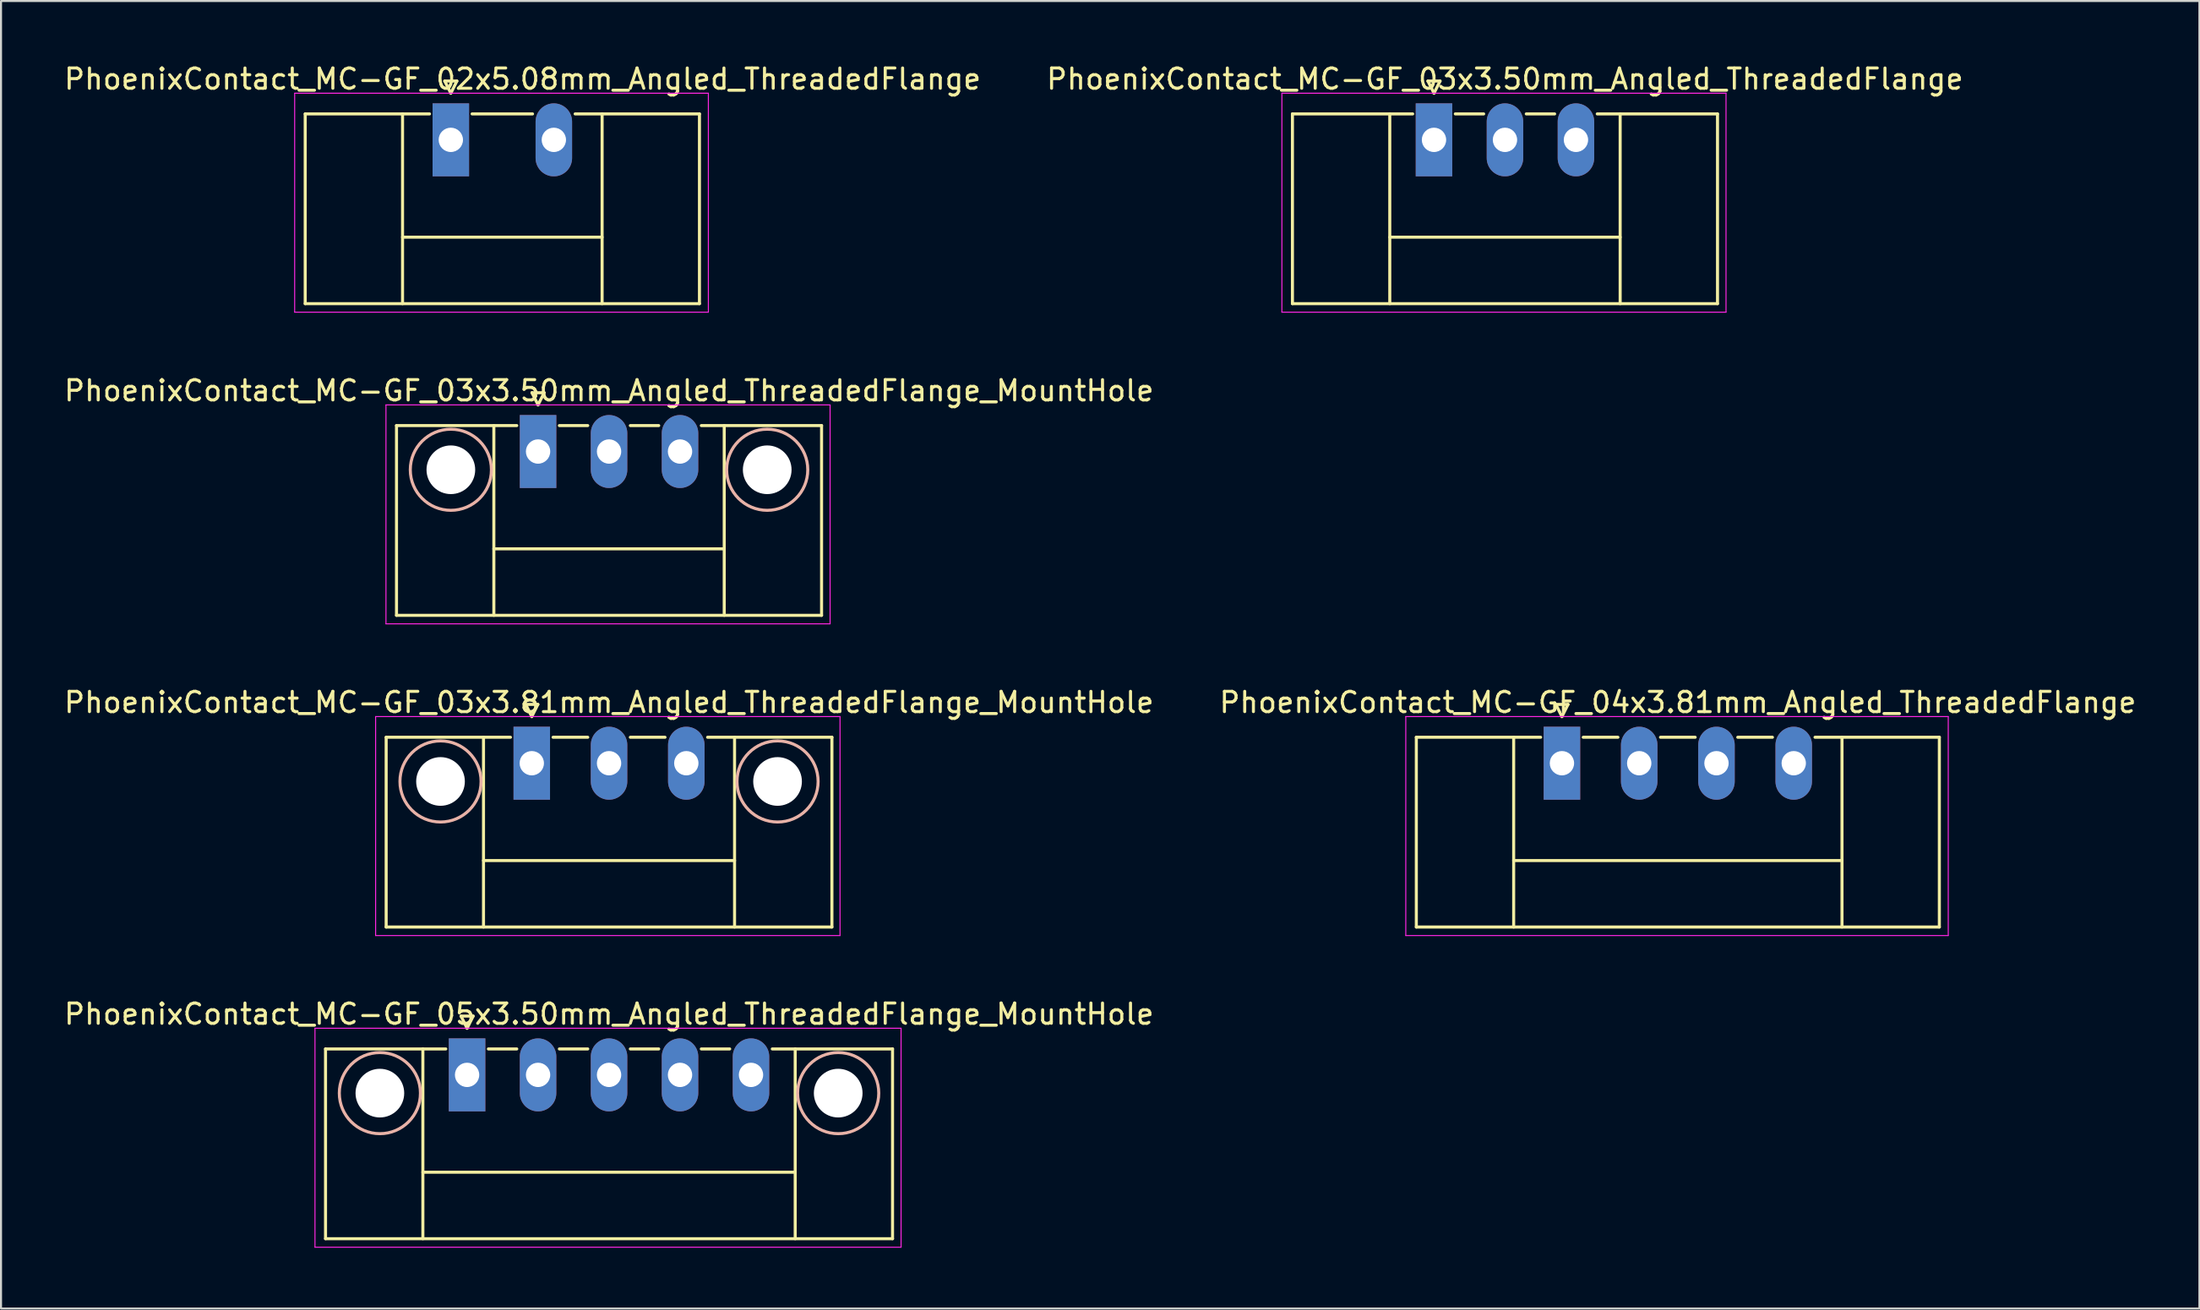
<source format=kicad_pcb>
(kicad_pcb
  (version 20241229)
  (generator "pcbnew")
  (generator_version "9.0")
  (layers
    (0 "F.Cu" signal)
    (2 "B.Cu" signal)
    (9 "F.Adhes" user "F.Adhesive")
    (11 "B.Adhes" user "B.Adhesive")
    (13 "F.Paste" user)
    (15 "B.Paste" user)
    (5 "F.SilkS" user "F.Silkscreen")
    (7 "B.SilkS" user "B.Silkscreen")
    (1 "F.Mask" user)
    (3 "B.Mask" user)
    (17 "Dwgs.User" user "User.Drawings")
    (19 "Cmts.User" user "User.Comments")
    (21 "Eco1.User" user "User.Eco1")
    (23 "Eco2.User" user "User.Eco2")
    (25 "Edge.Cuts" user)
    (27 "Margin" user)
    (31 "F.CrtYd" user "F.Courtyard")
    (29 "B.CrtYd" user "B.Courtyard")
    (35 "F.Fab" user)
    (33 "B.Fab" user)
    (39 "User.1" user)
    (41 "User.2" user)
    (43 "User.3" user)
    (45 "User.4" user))
  (footprint "PhoenixContact_MC-GF_03x3.81mm_Angled_ThreadedFlange_MountHole"
    (layer "F.Cu")
    (at 23.172 34.595)
    (property "Reference" "PhoenixContact_MC-GF_03x3.81mm_Angled_ThreadedFlange_MountHole" (at 3.81 -3 0) (layer "F.SilkS") (effects (font (size 1 1) (thickness 0.15))))
    (attr through_hole)
    (fp_line (start -7.18 -1.28) (end -7.18 8.08) (stroke (width 0.15) (type solid)) (layer "F.SilkS"))
    (fp_line (start -7.18 -1.28) (end -1.05 -1.28) (stroke (width 0.15) (type solid)) (layer "F.SilkS"))
    (fp_line (start -7.18 8.08) (end 14.8 8.08) (stroke (width 0.15) (type solid)) (layer "F.SilkS"))
    (fp_line (start -2.38 -1.28) (end -2.38 8.08) (stroke (width 0.15) (type solid)) (layer "F.SilkS"))
    (fp_line (start -2.38 4.8) (end 10 4.8) (stroke (width 0.15) (type solid)) (layer "F.SilkS"))
    (fp_line (start -0.3 -2.9) (end 0 -2.3) (stroke (width 0.15) (type solid)) (layer "F.SilkS"))
    (fp_line (start 0 -2.3) (end 0.3 -2.9) (stroke (width 0.15) (type solid)) (layer "F.SilkS"))
    (fp_line (start 0.3 -2.9) (end -0.3 -2.9) (stroke (width 0.15) (type solid)) (layer "F.SilkS"))
    (fp_line (start 1.05 -1.28) (end 2.76 -1.28) (stroke (width 0.15) (type solid)) (layer "F.SilkS"))
    (fp_line (start 4.86 -1.28) (end 6.57 -1.28) (stroke (width 0.15) (type solid)) (layer "F.SilkS"))
    (fp_line (start 10 -1.28) (end 10 8.08) (stroke (width 0.15) (type solid)) (layer "F.SilkS"))
    (fp_line (start 14.8 -1.28) (end 8.67 -1.28) (stroke (width 0.15) (type solid)) (layer "F.SilkS"))
    (fp_line (start 14.8 8.08) (end 14.8 -1.28) (stroke (width 0.15) (type solid)) (layer "F.SilkS"))
    (fp_circle (center -4.5 0.9) (end -2.5 0.9) (stroke (width 0.15) (type solid)) (fill no) (layer "B.SilkS"))
    (fp_circle (center 12.12 0.9) (end 14.12 0.9) (stroke (width 0.15) (type solid)) (fill no) (layer "B.SilkS"))
    (fp_line (start -7.7 -2.3) (end -7.7 8.5) (stroke (width 0.05) (type solid)) (layer "F.CrtYd"))
    (fp_line (start -7.7 8.5) (end 15.2 8.5) (stroke (width 0.05) (type solid)) (layer "F.CrtYd"))
    (fp_line (start 15.2 -2.3) (end -7.7 -2.3) (stroke (width 0.05) (type solid)) (layer "F.CrtYd"))
    (fp_line (start 15.2 8.5) (end 15.2 -2.3) (stroke (width 0.05) (type solid)) (layer "F.CrtYd"))
    (pad "" np_thru_hole circle (at -4.5 0.9) (size 2.4 2.4) (drill 2.4) (layers "*.Cu" "*.Mask"))
    (pad "" np_thru_hole circle (at 12.12 0.9) (size 2.4 2.4) (drill 2.4) (layers "*.Cu" "*.Mask"))
    (pad "1" thru_hole rect (at 0 0) (size 1.8 3.6) (drill 1.2) (layers "*.Cu" "*.Mask"))
    (pad "2" thru_hole oval (at 3.81 0) (size 1.8 3.6) (drill 1.2) (layers "*.Cu" "*.Mask"))
    (pad "3" thru_hole oval (at 7.62 0) (size 1.8 3.6) (drill 1.2) (layers "*.Cu" "*.Mask")))
  (footprint "PhoenixContact_MC-GF_05x3.50mm_Angled_ThreadedFlange_MountHole"
    (layer "F.Cu")
    (at 19.982 49.968)
    (property "Reference" "PhoenixContact_MC-GF_05x3.50mm_Angled_ThreadedFlange_MountHole" (at 7 -3 0) (layer "F.SilkS") (effects (font (size 1 1) (thickness 0.15))))
    (attr through_hole)
    (fp_line (start -6.98 -1.28) (end -6.98 8.08) (stroke (width 0.15) (type solid)) (layer "F.SilkS"))
    (fp_line (start -6.98 -1.28) (end -1.05 -1.28) (stroke (width 0.15) (type solid)) (layer "F.SilkS"))
    (fp_line (start -6.98 8.08) (end 20.98 8.08) (stroke (width 0.15) (type solid)) (layer "F.SilkS"))
    (fp_line (start -2.18 -1.28) (end -2.18 8.08) (stroke (width 0.15) (type solid)) (layer "F.SilkS"))
    (fp_line (start -2.18 4.8) (end 16.18 4.8) (stroke (width 0.15) (type solid)) (layer "F.SilkS"))
    (fp_line (start -0.3 -2.9) (end 0 -2.3) (stroke (width 0.15) (type solid)) (layer "F.SilkS"))
    (fp_line (start 0 -2.3) (end 0.3 -2.9) (stroke (width 0.15) (type solid)) (layer "F.SilkS"))
    (fp_line (start 0.3 -2.9) (end -0.3 -2.9) (stroke (width 0.15) (type solid)) (layer "F.SilkS"))
    (fp_line (start 1.05 -1.28) (end 2.45 -1.28) (stroke (width 0.15) (type solid)) (layer "F.SilkS"))
    (fp_line (start 4.55 -1.28) (end 5.95 -1.28) (stroke (width 0.15) (type solid)) (layer "F.SilkS"))
    (fp_line (start 8.05 -1.28) (end 9.45 -1.28) (stroke (width 0.15) (type solid)) (layer "F.SilkS"))
    (fp_line (start 11.55 -1.28) (end 12.95 -1.28) (stroke (width 0.15) (type solid)) (layer "F.SilkS"))
    (fp_line (start 16.18 -1.28) (end 16.18 8.08) (stroke (width 0.15) (type solid)) (layer "F.SilkS"))
    (fp_line (start 20.98 -1.28) (end 15.05 -1.28) (stroke (width 0.15) (type solid)) (layer "F.SilkS"))
    (fp_line (start 20.98 8.08) (end 20.98 -1.28) (stroke (width 0.15) (type solid)) (layer "F.SilkS"))
    (fp_circle (center -4.3 0.9) (end -2.3 0.9) (stroke (width 0.15) (type solid)) (fill no) (layer "B.SilkS"))
    (fp_circle (center 18.3 0.9) (end 20.3 0.9) (stroke (width 0.15) (type solid)) (fill no) (layer "B.SilkS"))
    (fp_line (start -7.5 -2.3) (end -7.5 8.5) (stroke (width 0.05) (type solid)) (layer "F.CrtYd"))
    (fp_line (start -7.5 8.5) (end 21.4 8.5) (stroke (width 0.05) (type solid)) (layer "F.CrtYd"))
    (fp_line (start 21.4 -2.3) (end -7.5 -2.3) (stroke (width 0.05) (type solid)) (layer "F.CrtYd"))
    (fp_line (start 21.4 8.5) (end 21.4 -2.3) (stroke (width 0.05) (type solid)) (layer "F.CrtYd"))
    (pad "" np_thru_hole circle (at -4.3 0.9) (size 2.4 2.4) (drill 2.4) (layers "*.Cu" "*.Mask"))
    (pad "" np_thru_hole circle (at 18.3 0.9) (size 2.4 2.4) (drill 2.4) (layers "*.Cu" "*.Mask"))
    (pad "1" thru_hole rect (at 0 0) (size 1.8 3.6) (drill 1.2) (layers "*.Cu" "*.Mask"))
    (pad "2" thru_hole oval (at 3.5 0) (size 1.8 3.6) (drill 1.2) (layers "*.Cu" "*.Mask"))
    (pad "3" thru_hole oval (at 7 0) (size 1.8 3.6) (drill 1.2) (layers "*.Cu" "*.Mask"))
    (pad "4" thru_hole oval (at 10.5 0) (size 1.8 3.6) (drill 1.2) (layers "*.Cu" "*.Mask"))
    (pad "5" thru_hole oval (at 14 0) (size 1.8 3.6) (drill 1.2) (layers "*.Cu" "*.Mask")))
  (footprint "PhoenixContact_MC-GF_02x5.08mm_Angled_ThreadedFlange"
    (layer "F.Cu")
    (at 19.18 3.848)
    (property "Reference" "PhoenixContact_MC-GF_02x5.08mm_Angled_ThreadedFlange" (at 3.54 -3 0) (layer "F.SilkS") (effects (font (size 1 1) (thickness 0.15))))
    (attr through_hole)
    (fp_line (start -7.18 -1.28) (end -7.18 8.08) (stroke (width 0.15) (type solid)) (layer "F.SilkS"))
    (fp_line (start -7.18 -1.28) (end -1.05 -1.28) (stroke (width 0.15) (type solid)) (layer "F.SilkS"))
    (fp_line (start -7.18 8.08) (end 12.26 8.08) (stroke (width 0.15) (type solid)) (layer "F.SilkS"))
    (fp_line (start -2.38 -1.28) (end -2.38 8.08) (stroke (width 0.15) (type solid)) (layer "F.SilkS"))
    (fp_line (start -2.38 4.8) (end 7.46 4.8) (stroke (width 0.15) (type solid)) (layer "F.SilkS"))
    (fp_line (start -0.3 -2.9) (end 0 -2.3) (stroke (width 0.15) (type solid)) (layer "F.SilkS"))
    (fp_line (start 0 -2.3) (end 0.3 -2.9) (stroke (width 0.15) (type solid)) (layer "F.SilkS"))
    (fp_line (start 0.3 -2.9) (end -0.3 -2.9) (stroke (width 0.15) (type solid)) (layer "F.SilkS"))
    (fp_line (start 1.05 -1.28) (end 4.03 -1.28) (stroke (width 0.15) (type solid)) (layer "F.SilkS"))
    (fp_line (start 7.46 -1.28) (end 7.46 8.08) (stroke (width 0.15) (type solid)) (layer "F.SilkS"))
    (fp_line (start 12.26 -1.28) (end 6.13 -1.28) (stroke (width 0.15) (type solid)) (layer "F.SilkS"))
    (fp_line (start 12.26 8.08) (end 12.26 -1.28) (stroke (width 0.15) (type solid)) (layer "F.SilkS"))
    (fp_line (start -7.7 -2.3) (end -7.7 8.5) (stroke (width 0.05) (type solid)) (layer "F.CrtYd"))
    (fp_line (start -7.7 8.5) (end 12.7 8.5) (stroke (width 0.05) (type solid)) (layer "F.CrtYd"))
    (fp_line (start 12.7 -2.3) (end -7.7 -2.3) (stroke (width 0.05) (type solid)) (layer "F.CrtYd"))
    (fp_line (start 12.7 8.5) (end 12.7 -2.3) (stroke (width 0.05) (type solid)) (layer "F.CrtYd"))
    (pad "1" thru_hole rect (at 0 0) (size 1.8 3.6) (drill 1.2) (layers "*.Cu" "*.Mask"))
    (pad "2" thru_hole oval (at 5.08 0) (size 1.8 3.6) (drill 1.2) (layers "*.Cu" "*.Mask")))
  (footprint "PhoenixContact_MC-GF_03x3.50mm_Angled_ThreadedFlange_MountHole"
    (layer "F.Cu")
    (at 23.482 19.221)
    (property "Reference" "PhoenixContact_MC-GF_03x3.50mm_Angled_ThreadedFlange_MountHole" (at 3.5 -3 0) (layer "F.SilkS") (effects (font (size 1 1) (thickness 0.15))))
    (attr through_hole)
    (fp_line (start -6.98 -1.28) (end -6.98 8.08) (stroke (width 0.15) (type solid)) (layer "F.SilkS"))
    (fp_line (start -6.98 -1.28) (end -1.05 -1.28) (stroke (width 0.15) (type solid)) (layer "F.SilkS"))
    (fp_line (start -6.98 8.08) (end 13.98 8.08) (stroke (width 0.15) (type solid)) (layer "F.SilkS"))
    (fp_line (start -2.18 -1.28) (end -2.18 8.08) (stroke (width 0.15) (type solid)) (layer "F.SilkS"))
    (fp_line (start -2.18 4.8) (end 9.18 4.8) (stroke (width 0.15) (type solid)) (layer "F.SilkS"))
    (fp_line (start -0.3 -2.9) (end 0 -2.3) (stroke (width 0.15) (type solid)) (layer "F.SilkS"))
    (fp_line (start 0 -2.3) (end 0.3 -2.9) (stroke (width 0.15) (type solid)) (layer "F.SilkS"))
    (fp_line (start 0.3 -2.9) (end -0.3 -2.9) (stroke (width 0.15) (type solid)) (layer "F.SilkS"))
    (fp_line (start 1.05 -1.28) (end 2.45 -1.28) (stroke (width 0.15) (type solid)) (layer "F.SilkS"))
    (fp_line (start 4.55 -1.28) (end 5.95 -1.28) (stroke (width 0.15) (type solid)) (layer "F.SilkS"))
    (fp_line (start 9.18 -1.28) (end 9.18 8.08) (stroke (width 0.15) (type solid)) (layer "F.SilkS"))
    (fp_line (start 13.98 -1.28) (end 8.05 -1.28) (stroke (width 0.15) (type solid)) (layer "F.SilkS"))
    (fp_line (start 13.98 8.08) (end 13.98 -1.28) (stroke (width 0.15) (type solid)) (layer "F.SilkS"))
    (fp_circle (center -4.3 0.9) (end -2.3 0.9) (stroke (width 0.15) (type solid)) (fill no) (layer "B.SilkS"))
    (fp_circle (center 11.3 0.9) (end 13.3 0.9) (stroke (width 0.15) (type solid)) (fill no) (layer "B.SilkS"))
    (fp_line (start -7.5 -2.3) (end -7.5 8.5) (stroke (width 0.05) (type solid)) (layer "F.CrtYd"))
    (fp_line (start -7.5 8.5) (end 14.4 8.5) (stroke (width 0.05) (type solid)) (layer "F.CrtYd"))
    (fp_line (start 14.4 -2.3) (end -7.5 -2.3) (stroke (width 0.05) (type solid)) (layer "F.CrtYd"))
    (fp_line (start 14.4 8.5) (end 14.4 -2.3) (stroke (width 0.05) (type solid)) (layer "F.CrtYd"))
    (pad "" np_thru_hole circle (at -4.3 0.9) (size 2.4 2.4) (drill 2.4) (layers "*.Cu" "*.Mask"))
    (pad "" np_thru_hole circle (at 11.3 0.9) (size 2.4 2.4) (drill 2.4) (layers "*.Cu" "*.Mask"))
    (pad "1" thru_hole rect (at 0 0) (size 1.8 3.6) (drill 1.2) (layers "*.Cu" "*.Mask"))
    (pad "2" thru_hole oval (at 3.5 0) (size 1.8 3.6) (drill 1.2) (layers "*.Cu" "*.Mask"))
    (pad "3" thru_hole oval (at 7 0) (size 1.8 3.6) (drill 1.2) (layers "*.Cu" "*.Mask")))
  (footprint "PhoenixContact_MC-GF_03x3.50mm_Angled_ThreadedFlange"
    (layer "F.Cu")
    (at 67.661 3.848)
    (property "Reference" "PhoenixContact_MC-GF_03x3.50mm_Angled_ThreadedFlange" (at 3.5 -3 0) (layer "F.SilkS") (effects (font (size 1 1) (thickness 0.15))))
    (attr through_hole)
    (fp_line (start -6.98 -1.28) (end -6.98 8.08) (stroke (width 0.15) (type solid)) (layer "F.SilkS"))
    (fp_line (start -6.98 -1.28) (end -1.05 -1.28) (stroke (width 0.15) (type solid)) (layer "F.SilkS"))
    (fp_line (start -6.98 8.08) (end 13.98 8.08) (stroke (width 0.15) (type solid)) (layer "F.SilkS"))
    (fp_line (start -2.18 -1.28) (end -2.18 8.08) (stroke (width 0.15) (type solid)) (layer "F.SilkS"))
    (fp_line (start -2.18 4.8) (end 9.18 4.8) (stroke (width 0.15) (type solid)) (layer "F.SilkS"))
    (fp_line (start -0.3 -2.9) (end 0 -2.3) (stroke (width 0.15) (type solid)) (layer "F.SilkS"))
    (fp_line (start 0 -2.3) (end 0.3 -2.9) (stroke (width 0.15) (type solid)) (layer "F.SilkS"))
    (fp_line (start 0.3 -2.9) (end -0.3 -2.9) (stroke (width 0.15) (type solid)) (layer "F.SilkS"))
    (fp_line (start 1.05 -1.28) (end 2.45 -1.28) (stroke (width 0.15) (type solid)) (layer "F.SilkS"))
    (fp_line (start 4.55 -1.28) (end 5.95 -1.28) (stroke (width 0.15) (type solid)) (layer "F.SilkS"))
    (fp_line (start 9.18 -1.28) (end 9.18 8.08) (stroke (width 0.15) (type solid)) (layer "F.SilkS"))
    (fp_line (start 13.98 -1.28) (end 8.05 -1.28) (stroke (width 0.15) (type solid)) (layer "F.SilkS"))
    (fp_line (start 13.98 8.08) (end 13.98 -1.28) (stroke (width 0.15) (type solid)) (layer "F.SilkS"))
    (fp_line (start -7.5 -2.3) (end -7.5 8.5) (stroke (width 0.05) (type solid)) (layer "F.CrtYd"))
    (fp_line (start -7.5 8.5) (end 14.4 8.5) (stroke (width 0.05) (type solid)) (layer "F.CrtYd"))
    (fp_line (start 14.4 -2.3) (end -7.5 -2.3) (stroke (width 0.05) (type solid)) (layer "F.CrtYd"))
    (fp_line (start 14.4 8.5) (end 14.4 -2.3) (stroke (width 0.05) (type solid)) (layer "F.CrtYd"))
    (pad "1" thru_hole rect (at 0 0) (size 1.8 3.6) (drill 1.2) (layers "*.Cu" "*.Mask"))
    (pad "2" thru_hole oval (at 3.5 0) (size 1.8 3.6) (drill 1.2) (layers "*.Cu" "*.Mask"))
    (pad "3" thru_hole oval (at 7 0) (size 1.8 3.6) (drill 1.2) (layers "*.Cu" "*.Mask")))
  (footprint "PhoenixContact_MC-GF_04x3.81mm_Angled_ThreadedFlange"
    (layer "F.Cu")
    (at 73.97 34.595)
    (property "Reference" "PhoenixContact_MC-GF_04x3.81mm_Angled_ThreadedFlange" (at 5.715 -3 0) (layer "F.SilkS") (effects (font (size 1 1) (thickness 0.15))))
    (attr through_hole)
    (fp_line (start -7.18 -1.28) (end -7.18 8.08) (stroke (width 0.15) (type solid)) (layer "F.SilkS"))
    (fp_line (start -7.18 -1.28) (end -1.05 -1.28) (stroke (width 0.15) (type solid)) (layer "F.SilkS"))
    (fp_line (start -7.18 8.08) (end 18.61 8.08) (stroke (width 0.15) (type solid)) (layer "F.SilkS"))
    (fp_line (start -2.38 -1.28) (end -2.38 8.08) (stroke (width 0.15) (type solid)) (layer "F.SilkS"))
    (fp_line (start -2.38 4.8) (end 13.81 4.8) (stroke (width 0.15) (type solid)) (layer "F.SilkS"))
    (fp_line (start -0.3 -2.9) (end 0 -2.3) (stroke (width 0.15) (type solid)) (layer "F.SilkS"))
    (fp_line (start 0 -2.3) (end 0.3 -2.9) (stroke (width 0.15) (type solid)) (layer "F.SilkS"))
    (fp_line (start 0.3 -2.9) (end -0.3 -2.9) (stroke (width 0.15) (type solid)) (layer "F.SilkS"))
    (fp_line (start 1.05 -1.28) (end 2.76 -1.28) (stroke (width 0.15) (type solid)) (layer "F.SilkS"))
    (fp_line (start 4.86 -1.28) (end 6.57 -1.28) (stroke (width 0.15) (type solid)) (layer "F.SilkS"))
    (fp_line (start 8.67 -1.28) (end 10.38 -1.28) (stroke (width 0.15) (type solid)) (layer "F.SilkS"))
    (fp_line (start 13.81 -1.28) (end 13.81 8.08) (stroke (width 0.15) (type solid)) (layer "F.SilkS"))
    (fp_line (start 18.61 -1.28) (end 12.48 -1.28) (stroke (width 0.15) (type solid)) (layer "F.SilkS"))
    (fp_line (start 18.61 8.08) (end 18.61 -1.28) (stroke (width 0.15) (type solid)) (layer "F.SilkS"))
    (fp_line (start -7.7 -2.3) (end -7.7 8.5) (stroke (width 0.05) (type solid)) (layer "F.CrtYd"))
    (fp_line (start -7.7 8.5) (end 19.05 8.5) (stroke (width 0.05) (type solid)) (layer "F.CrtYd"))
    (fp_line (start 19.05 -2.3) (end -7.7 -2.3) (stroke (width 0.05) (type solid)) (layer "F.CrtYd"))
    (fp_line (start 19.05 8.5) (end 19.05 -2.3) (stroke (width 0.05) (type solid)) (layer "F.CrtYd"))
    (pad "1" thru_hole rect (at 0 0) (size 1.8 3.6) (drill 1.2) (layers "*.Cu" "*.Mask"))
    (pad "2" thru_hole oval (at 3.81 0) (size 1.8 3.6) (drill 1.2) (layers "*.Cu" "*.Mask"))
    (pad "3" thru_hole oval (at 7.62 0) (size 1.8 3.6) (drill 1.2) (layers "*.Cu" "*.Mask"))
    (pad "4" thru_hole oval (at 11.43 0) (size 1.8 3.6) (drill 1.2) (layers "*.Cu" "*.Mask")))
  (gr_rect
    (start -3 -3)
    (end 105.405 61.493)
    (stroke (width 0.1) (type default))
    (fill no)
    (layer "Edge.Cuts")))
</source>
